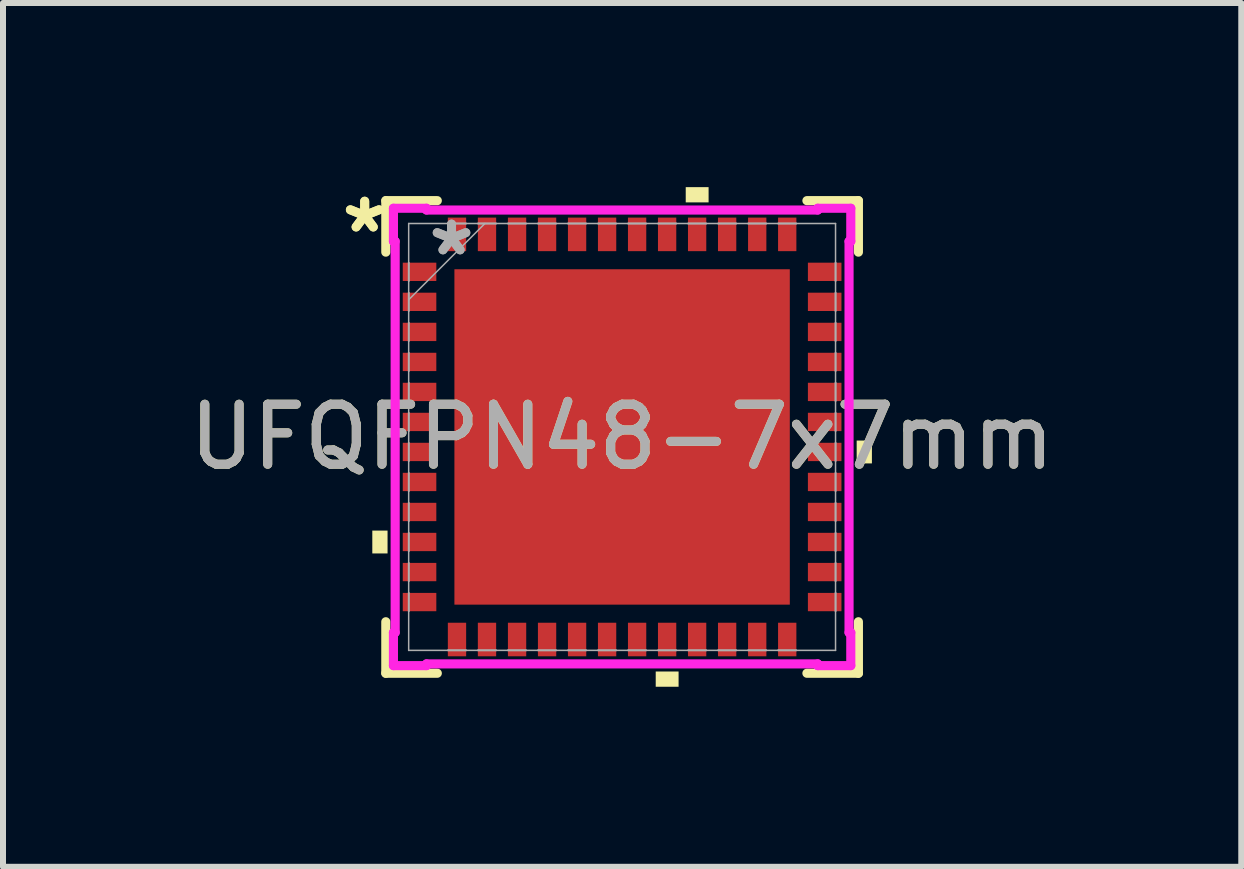
<source format=kicad_pcb>
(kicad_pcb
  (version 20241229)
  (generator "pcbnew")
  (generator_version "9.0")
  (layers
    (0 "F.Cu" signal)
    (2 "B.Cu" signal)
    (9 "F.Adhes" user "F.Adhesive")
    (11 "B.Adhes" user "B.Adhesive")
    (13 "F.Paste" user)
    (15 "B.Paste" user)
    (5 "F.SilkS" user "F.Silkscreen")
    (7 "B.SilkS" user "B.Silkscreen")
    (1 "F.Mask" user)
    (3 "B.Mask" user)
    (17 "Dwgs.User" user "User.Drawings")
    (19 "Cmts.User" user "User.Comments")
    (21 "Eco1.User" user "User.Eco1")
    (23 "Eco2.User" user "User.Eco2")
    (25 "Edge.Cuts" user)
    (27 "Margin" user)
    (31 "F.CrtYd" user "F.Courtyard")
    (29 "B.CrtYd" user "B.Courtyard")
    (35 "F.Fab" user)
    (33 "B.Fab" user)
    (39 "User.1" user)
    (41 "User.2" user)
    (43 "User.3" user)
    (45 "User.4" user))
  (footprint "UFQFPN48-7x7mm"
    (layer "F.Cu")
    (at 7.315 4.23)
    (property "Reference" "UFQFPN48-7x7mm" (at 0 0 0) (unlocked yes) (layer "F.SilkS") (effects (font (size 1 1) (thickness 0.15))))
    (attr smd)
    (fp_poly (pts (xy -3.654 -2.903) (xy -3.654 -2.598) (xy -3.096 -2.598) (xy -3.096 -2.903)) (stroke (width 0) (type solid)) (fill yes) (layer "F.Mask"))
    (fp_poly (pts (xy -3.654 -2.403) (xy -3.654 -2.098) (xy -3.096 -2.098) (xy -3.096 -2.403)) (stroke (width 0) (type solid)) (fill yes) (layer "F.Mask"))
    (fp_poly (pts (xy -3.654 -1.903) (xy -3.654 -1.598) (xy -3.096 -1.598) (xy -3.096 -1.903)) (stroke (width 0) (type solid)) (fill yes) (layer "F.Mask"))
    (fp_poly (pts (xy -3.654 -1.403) (xy -3.654 -1.098) (xy -3.096 -1.098) (xy -3.096 -1.403)) (stroke (width 0) (type solid)) (fill yes) (layer "F.Mask"))
    (fp_poly (pts (xy -3.654 -0.903) (xy -3.654 -0.598) (xy -3.096 -0.598) (xy -3.096 -0.903)) (stroke (width 0) (type solid)) (fill yes) (layer "F.Mask"))
    (fp_poly (pts (xy -3.654 -0.402) (xy -3.654 -0.098) (xy -3.096 -0.098) (xy -3.096 -0.402)) (stroke (width 0) (type solid)) (fill yes) (layer "F.Mask"))
    (fp_poly (pts (xy -3.654 0.098) (xy -3.654 0.402) (xy -3.096 0.402) (xy -3.096 0.098)) (stroke (width 0) (type solid)) (fill yes) (layer "F.Mask"))
    (fp_poly (pts (xy -3.654 0.598) (xy -3.654 0.903) (xy -3.096 0.903) (xy -3.096 0.598)) (stroke (width 0) (type solid)) (fill yes) (layer "F.Mask"))
    (fp_poly (pts (xy -3.654 1.098) (xy -3.654 1.403) (xy -3.096 1.403) (xy -3.096 1.098)) (stroke (width 0) (type solid)) (fill yes) (layer "F.Mask"))
    (fp_poly (pts (xy -3.654 1.598) (xy -3.654 1.903) (xy -3.096 1.903) (xy -3.096 1.598)) (stroke (width 0) (type solid)) (fill yes) (layer "F.Mask"))
    (fp_poly (pts (xy -3.654 2.098) (xy -3.654 2.403) (xy -3.096 2.403) (xy -3.096 2.098)) (stroke (width 0) (type solid)) (fill yes) (layer "F.Mask"))
    (fp_poly (pts (xy -3.654 2.598) (xy -3.654 2.903) (xy -3.096 2.903) (xy -3.096 2.598)) (stroke (width 0) (type solid)) (fill yes) (layer "F.Mask"))
    (fp_poly (pts (xy -2.903 -3.654) (xy -2.903 -3.096) (xy -2.598 -3.096) (xy -2.598 -3.654)) (stroke (width 0) (type solid)) (fill yes) (layer "F.Mask"))
    (fp_poly (pts (xy -2.903 3.096) (xy -2.903 3.654) (xy -2.598 3.654) (xy -2.598 3.096)) (stroke (width 0) (type solid)) (fill yes) (layer "F.Mask"))
    (fp_poly (pts (xy -2.403 -3.654) (xy -2.403 -3.096) (xy -2.098 -3.096) (xy -2.098 -3.654)) (stroke (width 0) (type solid)) (fill yes) (layer "F.Mask"))
    (fp_poly (pts (xy -2.403 3.096) (xy -2.403 3.654) (xy -2.098 3.654) (xy -2.098 3.096)) (stroke (width 0) (type solid)) (fill yes) (layer "F.Mask"))
    (fp_poly (pts (xy -1.903 -3.654) (xy -1.903 -3.096) (xy -1.598 -3.096) (xy -1.598 -3.654)) (stroke (width 0) (type solid)) (fill yes) (layer "F.Mask"))
    (fp_poly (pts (xy -1.903 3.096) (xy -1.903 3.654) (xy -1.598 3.654) (xy -1.598 3.096)) (stroke (width 0) (type solid)) (fill yes) (layer "F.Mask"))
    (fp_poly (pts (xy -1.403 -3.654) (xy -1.403 -3.096) (xy -1.098 -3.096) (xy -1.098 -3.654)) (stroke (width 0) (type solid)) (fill yes) (layer "F.Mask"))
    (fp_poly (pts (xy -1.403 3.096) (xy -1.403 3.654) (xy -1.098 3.654) (xy -1.098 3.096)) (stroke (width 0) (type solid)) (fill yes) (layer "F.Mask"))
    (fp_poly (pts (xy -0.903 -3.654) (xy -0.903 -3.096) (xy -0.598 -3.096) (xy -0.598 -3.654)) (stroke (width 0) (type solid)) (fill yes) (layer "F.Mask"))
    (fp_poly (pts (xy -0.903 3.096) (xy -0.903 3.654) (xy -0.598 3.654) (xy -0.598 3.096)) (stroke (width 0) (type solid)) (fill yes) (layer "F.Mask"))
    (fp_poly (pts (xy -0.402 -3.654) (xy -0.402 -3.096) (xy -0.098 -3.096) (xy -0.098 -3.654)) (stroke (width 0) (type solid)) (fill yes) (layer "F.Mask"))
    (fp_poly (pts (xy -0.402 3.096) (xy -0.402 3.654) (xy -0.098 3.654) (xy -0.098 3.096)) (stroke (width 0) (type solid)) (fill yes) (layer "F.Mask"))
    (fp_poly (pts (xy 0.098 -3.654) (xy 0.098 -3.096) (xy 0.402 -3.096) (xy 0.402 -3.654)) (stroke (width 0) (type solid)) (fill yes) (layer "F.Mask"))
    (fp_poly (pts (xy 0.098 3.096) (xy 0.098 3.654) (xy 0.402 3.654) (xy 0.402 3.096)) (stroke (width 0) (type solid)) (fill yes) (layer "F.Mask"))
    (fp_poly (pts (xy 0.598 -3.654) (xy 0.598 -3.096) (xy 0.903 -3.096) (xy 0.903 -3.654)) (stroke (width 0) (type solid)) (fill yes) (layer "F.Mask"))
    (fp_poly (pts (xy 0.598 3.096) (xy 0.598 3.654) (xy 0.903 3.654) (xy 0.903 3.096)) (stroke (width 0) (type solid)) (fill yes) (layer "F.Mask"))
    (fp_poly (pts (xy 1.098 -3.654) (xy 1.098 -3.096) (xy 1.403 -3.096) (xy 1.403 -3.654)) (stroke (width 0) (type solid)) (fill yes) (layer "F.Mask"))
    (fp_poly (pts (xy 1.098 3.096) (xy 1.098 3.654) (xy 1.403 3.654) (xy 1.403 3.096)) (stroke (width 0) (type solid)) (fill yes) (layer "F.Mask"))
    (fp_poly (pts (xy 1.598 -3.654) (xy 1.598 -3.096) (xy 1.903 -3.096) (xy 1.903 -3.654)) (stroke (width 0) (type solid)) (fill yes) (layer "F.Mask"))
    (fp_poly (pts (xy 1.598 3.096) (xy 1.598 3.654) (xy 1.903 3.654) (xy 1.903 3.096)) (stroke (width 0) (type solid)) (fill yes) (layer "F.Mask"))
    (fp_poly (pts (xy 2.098 -3.654) (xy 2.098 -3.096) (xy 2.403 -3.096) (xy 2.403 -3.654)) (stroke (width 0) (type solid)) (fill yes) (layer "F.Mask"))
    (fp_poly (pts (xy 2.098 3.096) (xy 2.098 3.654) (xy 2.403 3.654) (xy 2.403 3.096)) (stroke (width 0) (type solid)) (fill yes) (layer "F.Mask"))
    (fp_poly (pts (xy 2.598 -3.654) (xy 2.598 -3.096) (xy 2.903 -3.096) (xy 2.903 -3.654)) (stroke (width 0) (type solid)) (fill yes) (layer "F.Mask"))
    (fp_poly (pts (xy 2.598 3.096) (xy 2.598 3.654) (xy 2.903 3.654) (xy 2.903 3.096)) (stroke (width 0) (type solid)) (fill yes) (layer "F.Mask"))
    (fp_poly (pts (xy 3.096 -2.903) (xy 3.096 -2.598) (xy 3.654 -2.598) (xy 3.654 -2.903)) (stroke (width 0) (type solid)) (fill yes) (layer "F.Mask"))
    (fp_poly (pts (xy 3.096 -2.403) (xy 3.096 -2.098) (xy 3.654 -2.098) (xy 3.654 -2.403)) (stroke (width 0) (type solid)) (fill yes) (layer "F.Mask"))
    (fp_poly (pts (xy 3.096 -1.903) (xy 3.096 -1.598) (xy 3.654 -1.598) (xy 3.654 -1.903)) (stroke (width 0) (type solid)) (fill yes) (layer "F.Mask"))
    (fp_poly (pts (xy 3.096 -1.403) (xy 3.096 -1.098) (xy 3.654 -1.098) (xy 3.654 -1.403)) (stroke (width 0) (type solid)) (fill yes) (layer "F.Mask"))
    (fp_poly (pts (xy 3.096 -0.903) (xy 3.096 -0.598) (xy 3.654 -0.598) (xy 3.654 -0.903)) (stroke (width 0) (type solid)) (fill yes) (layer "F.Mask"))
    (fp_poly (pts (xy 3.096 -0.402) (xy 3.096 -0.098) (xy 3.654 -0.098) (xy 3.654 -0.402)) (stroke (width 0) (type solid)) (fill yes) (layer "F.Mask"))
    (fp_poly (pts (xy 3.096 0.098) (xy 3.096 0.402) (xy 3.654 0.402) (xy 3.654 0.098)) (stroke (width 0) (type solid)) (fill yes) (layer "F.Mask"))
    (fp_poly (pts (xy 3.096 0.598) (xy 3.096 0.903) (xy 3.654 0.903) (xy 3.654 0.598)) (stroke (width 0) (type solid)) (fill yes) (layer "F.Mask"))
    (fp_poly (pts (xy 3.096 1.098) (xy 3.096 1.403) (xy 3.654 1.403) (xy 3.654 1.098)) (stroke (width 0) (type solid)) (fill yes) (layer "F.Mask"))
    (fp_poly (pts (xy 3.096 1.598) (xy 3.096 1.903) (xy 3.654 1.903) (xy 3.654 1.598)) (stroke (width 0) (type solid)) (fill yes) (layer "F.Mask"))
    (fp_poly (pts (xy 3.096 2.098) (xy 3.096 2.403) (xy 3.654 2.403) (xy 3.654 2.098)) (stroke (width 0) (type solid)) (fill yes) (layer "F.Mask"))
    (fp_poly (pts (xy 3.096 2.598) (xy 3.096 2.903) (xy 3.654 2.903) (xy 3.654 2.598)) (stroke (width 0) (type solid)) (fill yes) (layer "F.Mask"))
    (fp_line (start -3.937 -3.937) (end -3.937 -3.079) (stroke (width 0.152) (type solid)) (layer "F.SilkS"))
    (fp_line (start -3.937 3.079) (end -3.937 3.937) (stroke (width 0.152) (type solid)) (layer "F.SilkS"))
    (fp_line (start -3.937 3.937) (end -3.079 3.937) (stroke (width 0.152) (type solid)) (layer "F.SilkS"))
    (fp_line (start -3.079 -3.937) (end -3.937 -3.937) (stroke (width 0.152) (type solid)) (layer "F.SilkS"))
    (fp_line (start 3.079 3.937) (end 3.937 3.937) (stroke (width 0.152) (type solid)) (layer "F.SilkS"))
    (fp_line (start 3.937 -3.937) (end 3.079 -3.937) (stroke (width 0.152) (type solid)) (layer "F.SilkS"))
    (fp_line (start 3.937 -3.079) (end 3.937 -3.937) (stroke (width 0.152) (type solid)) (layer "F.SilkS"))
    (fp_line (start 3.937 3.937) (end 3.937 3.079) (stroke (width 0.152) (type solid)) (layer "F.SilkS"))
    (fp_poly (pts (xy -4.162 1.56) (xy -4.162 1.941) (xy -3.908 1.941) (xy -3.908 1.56)) (stroke (width 0) (type solid)) (fill yes) (layer "F.SilkS"))
    (fp_poly (pts (xy 0.56 3.908) (xy 0.56 4.162) (xy 0.941 4.162) (xy 0.941 3.908)) (stroke (width 0) (type solid)) (fill yes) (layer "F.SilkS"))
    (fp_poly (pts (xy 1.06 -3.908) (xy 1.06 -4.162) (xy 1.441 -4.162) (xy 1.441 -3.908)) (stroke (width 0) (type solid)) (fill yes) (layer "F.SilkS"))
    (fp_poly (pts (xy 4.162 0.06) (xy 4.162 0.441) (xy 3.908 0.441) (xy 3.908 0.06)) (stroke (width 0) (type solid)) (fill yes) (layer "F.SilkS"))
    (fp_poly (pts (xy -3.654 -2.903) (xy -3.654 -2.598) (xy -3.096 -2.598) (xy -3.096 -2.903)) (stroke (width 0) (type solid)) (fill yes) (layer "F.Paste"))
    (fp_poly (pts (xy -3.654 -2.403) (xy -3.654 -2.098) (xy -3.096 -2.098) (xy -3.096 -2.403)) (stroke (width 0) (type solid)) (fill yes) (layer "F.Paste"))
    (fp_poly (pts (xy -3.654 -1.903) (xy -3.654 -1.598) (xy -3.096 -1.598) (xy -3.096 -1.903)) (stroke (width 0) (type solid)) (fill yes) (layer "F.Paste"))
    (fp_poly (pts (xy -3.654 -1.403) (xy -3.654 -1.098) (xy -3.096 -1.098) (xy -3.096 -1.403)) (stroke (width 0) (type solid)) (fill yes) (layer "F.Paste"))
    (fp_poly (pts (xy -3.654 -0.903) (xy -3.654 -0.598) (xy -3.096 -0.598) (xy -3.096 -0.903)) (stroke (width 0) (type solid)) (fill yes) (layer "F.Paste"))
    (fp_poly (pts (xy -3.654 -0.402) (xy -3.654 -0.098) (xy -3.096 -0.098) (xy -3.096 -0.402)) (stroke (width 0) (type solid)) (fill yes) (layer "F.Paste"))
    (fp_poly (pts (xy -3.654 0.098) (xy -3.654 0.402) (xy -3.096 0.402) (xy -3.096 0.098)) (stroke (width 0) (type solid)) (fill yes) (layer "F.Paste"))
    (fp_poly (pts (xy -3.654 0.598) (xy -3.654 0.903) (xy -3.096 0.903) (xy -3.096 0.598)) (stroke (width 0) (type solid)) (fill yes) (layer "F.Paste"))
    (fp_poly (pts (xy -3.654 1.098) (xy -3.654 1.403) (xy -3.096 1.403) (xy -3.096 1.098)) (stroke (width 0) (type solid)) (fill yes) (layer "F.Paste"))
    (fp_poly (pts (xy -3.654 1.598) (xy -3.654 1.903) (xy -3.096 1.903) (xy -3.096 1.598)) (stroke (width 0) (type solid)) (fill yes) (layer "F.Paste"))
    (fp_poly (pts (xy -3.654 2.098) (xy -3.654 2.403) (xy -3.096 2.403) (xy -3.096 2.098)) (stroke (width 0) (type solid)) (fill yes) (layer "F.Paste"))
    (fp_poly (pts (xy -3.654 2.598) (xy -3.654 2.903) (xy -3.096 2.903) (xy -3.096 2.598)) (stroke (width 0) (type solid)) (fill yes) (layer "F.Paste"))
    (fp_poly (pts (xy -2.903 -3.654) (xy -2.903 -3.096) (xy -2.598 -3.096) (xy -2.598 -3.654)) (stroke (width 0) (type solid)) (fill yes) (layer "F.Paste"))
    (fp_poly (pts (xy -2.903 3.096) (xy -2.903 3.654) (xy -2.598 3.654) (xy -2.598 3.096)) (stroke (width 0) (type solid)) (fill yes) (layer "F.Paste"))
    (fp_poly (pts (xy -2.694 -2.694) (xy -2.694 -1.497) (xy -1.497 -1.497) (xy -1.497 -2.694)) (stroke (width 0) (type solid)) (fill yes) (layer "F.Paste"))
    (fp_poly (pts (xy -2.694 -1.297) (xy -2.694 -0.1) (xy -1.497 -0.1) (xy -1.497 -1.297)) (stroke (width 0) (type solid)) (fill yes) (layer "F.Paste"))
    (fp_poly (pts (xy -2.694 0.1) (xy -2.694 1.297) (xy -1.497 1.297) (xy -1.497 0.1)) (stroke (width 0) (type solid)) (fill yes) (layer "F.Paste"))
    (fp_poly (pts (xy -2.694 1.497) (xy -2.694 2.694) (xy -1.497 2.694) (xy -1.497 1.497)) (stroke (width 0) (type solid)) (fill yes) (layer "F.Paste"))
    (fp_poly (pts (xy -2.403 -3.654) (xy -2.403 -3.096) (xy -2.098 -3.096) (xy -2.098 -3.654)) (stroke (width 0) (type solid)) (fill yes) (layer "F.Paste"))
    (fp_poly (pts (xy -2.403 3.096) (xy -2.403 3.654) (xy -2.098 3.654) (xy -2.098 3.096)) (stroke (width 0) (type solid)) (fill yes) (layer "F.Paste"))
    (fp_poly (pts (xy -1.903 -3.654) (xy -1.903 -3.096) (xy -1.598 -3.096) (xy -1.598 -3.654)) (stroke (width 0) (type solid)) (fill yes) (layer "F.Paste"))
    (fp_poly (pts (xy -1.903 3.096) (xy -1.903 3.654) (xy -1.598 3.654) (xy -1.598 3.096)) (stroke (width 0) (type solid)) (fill yes) (layer "F.Paste"))
    (fp_poly (pts (xy -1.403 -3.654) (xy -1.403 -3.096) (xy -1.098 -3.096) (xy -1.098 -3.654)) (stroke (width 0) (type solid)) (fill yes) (layer "F.Paste"))
    (fp_poly (pts (xy -1.403 3.096) (xy -1.403 3.654) (xy -1.098 3.654) (xy -1.098 3.096)) (stroke (width 0) (type solid)) (fill yes) (layer "F.Paste"))
    (fp_poly (pts (xy -1.297 -2.694) (xy -1.297 -1.497) (xy -0.1 -1.497) (xy -0.1 -2.694)) (stroke (width 0) (type solid)) (fill yes) (layer "F.Paste"))
    (fp_poly (pts (xy -1.297 -1.297) (xy -1.297 -0.1) (xy -0.1 -0.1) (xy -0.1 -1.297)) (stroke (width 0) (type solid)) (fill yes) (layer "F.Paste"))
    (fp_poly (pts (xy -1.297 0.1) (xy -1.297 1.297) (xy -0.1 1.297) (xy -0.1 0.1)) (stroke (width 0) (type solid)) (fill yes) (layer "F.Paste"))
    (fp_poly (pts (xy -1.297 1.497) (xy -1.297 2.694) (xy -0.1 2.694) (xy -0.1 1.497)) (stroke (width 0) (type solid)) (fill yes) (layer "F.Paste"))
    (fp_poly (pts (xy -0.903 -3.654) (xy -0.903 -3.096) (xy -0.598 -3.096) (xy -0.598 -3.654)) (stroke (width 0) (type solid)) (fill yes) (layer "F.Paste"))
    (fp_poly (pts (xy -0.903 3.096) (xy -0.903 3.654) (xy -0.598 3.654) (xy -0.598 3.096)) (stroke (width 0) (type solid)) (fill yes) (layer "F.Paste"))
    (fp_poly (pts (xy -0.402 -3.654) (xy -0.402 -3.096) (xy -0.098 -3.096) (xy -0.098 -3.654)) (stroke (width 0) (type solid)) (fill yes) (layer "F.Paste"))
    (fp_poly (pts (xy -0.402 3.096) (xy -0.402 3.654) (xy -0.098 3.654) (xy -0.098 3.096)) (stroke (width 0) (type solid)) (fill yes) (layer "F.Paste"))
    (fp_poly (pts (xy 0.098 -3.654) (xy 0.098 -3.096) (xy 0.402 -3.096) (xy 0.402 -3.654)) (stroke (width 0) (type solid)) (fill yes) (layer "F.Paste"))
    (fp_poly (pts (xy 0.098 3.096) (xy 0.098 3.654) (xy 0.402 3.654) (xy 0.402 3.096)) (stroke (width 0) (type solid)) (fill yes) (layer "F.Paste"))
    (fp_poly (pts (xy 0.1 -2.694) (xy 0.1 -1.497) (xy 1.297 -1.497) (xy 1.297 -2.694)) (stroke (width 0) (type solid)) (fill yes) (layer "F.Paste"))
    (fp_poly (pts (xy 0.1 -1.297) (xy 0.1 -0.1) (xy 1.297 -0.1) (xy 1.297 -1.297)) (stroke (width 0) (type solid)) (fill yes) (layer "F.Paste"))
    (fp_poly (pts (xy 0.1 0.1) (xy 0.1 1.297) (xy 1.297 1.297) (xy 1.297 0.1)) (stroke (width 0) (type solid)) (fill yes) (layer "F.Paste"))
    (fp_poly (pts (xy 0.1 1.497) (xy 0.1 2.694) (xy 1.297 2.694) (xy 1.297 1.497)) (stroke (width 0) (type solid)) (fill yes) (layer "F.Paste"))
    (fp_poly (pts (xy 0.598 -3.654) (xy 0.598 -3.096) (xy 0.903 -3.096) (xy 0.903 -3.654)) (stroke (width 0) (type solid)) (fill yes) (layer "F.Paste"))
    (fp_poly (pts (xy 0.598 3.096) (xy 0.598 3.654) (xy 0.903 3.654) (xy 0.903 3.096)) (stroke (width 0) (type solid)) (fill yes) (layer "F.Paste"))
    (fp_poly (pts (xy 1.098 -3.654) (xy 1.098 -3.096) (xy 1.403 -3.096) (xy 1.403 -3.654)) (stroke (width 0) (type solid)) (fill yes) (layer "F.Paste"))
    (fp_poly (pts (xy 1.098 3.096) (xy 1.098 3.654) (xy 1.403 3.654) (xy 1.403 3.096)) (stroke (width 0) (type solid)) (fill yes) (layer "F.Paste"))
    (fp_poly (pts (xy 1.497 -2.694) (xy 1.497 -1.497) (xy 2.694 -1.497) (xy 2.694 -2.694)) (stroke (width 0) (type solid)) (fill yes) (layer "F.Paste"))
    (fp_poly (pts (xy 1.497 -1.297) (xy 1.497 -0.1) (xy 2.694 -0.1) (xy 2.694 -1.297)) (stroke (width 0) (type solid)) (fill yes) (layer "F.Paste"))
    (fp_poly (pts (xy 1.497 0.1) (xy 1.497 1.297) (xy 2.694 1.297) (xy 2.694 0.1)) (stroke (width 0) (type solid)) (fill yes) (layer "F.Paste"))
    (fp_poly (pts (xy 1.497 1.497) (xy 1.497 2.694) (xy 2.694 2.694) (xy 2.694 1.497)) (stroke (width 0) (type solid)) (fill yes) (layer "F.Paste"))
    (fp_poly (pts (xy 1.598 -3.654) (xy 1.598 -3.096) (xy 1.903 -3.096) (xy 1.903 -3.654)) (stroke (width 0) (type solid)) (fill yes) (layer "F.Paste"))
    (fp_poly (pts (xy 1.598 3.096) (xy 1.598 3.654) (xy 1.903 3.654) (xy 1.903 3.096)) (stroke (width 0) (type solid)) (fill yes) (layer "F.Paste"))
    (fp_poly (pts (xy 2.098 -3.654) (xy 2.098 -3.096) (xy 2.403 -3.096) (xy 2.403 -3.654)) (stroke (width 0) (type solid)) (fill yes) (layer "F.Paste"))
    (fp_poly (pts (xy 2.098 3.096) (xy 2.098 3.654) (xy 2.403 3.654) (xy 2.403 3.096)) (stroke (width 0) (type solid)) (fill yes) (layer "F.Paste"))
    (fp_poly (pts (xy 2.598 -3.654) (xy 2.598 -3.096) (xy 2.903 -3.096) (xy 2.903 -3.654)) (stroke (width 0) (type solid)) (fill yes) (layer "F.Paste"))
    (fp_poly (pts (xy 2.598 3.096) (xy 2.598 3.654) (xy 2.903 3.654) (xy 2.903 3.096)) (stroke (width 0) (type solid)) (fill yes) (layer "F.Paste"))
    (fp_poly (pts (xy 3.096 -2.903) (xy 3.096 -2.598) (xy 3.654 -2.598) (xy 3.654 -2.903)) (stroke (width 0) (type solid)) (fill yes) (layer "F.Paste"))
    (fp_poly (pts (xy 3.096 -2.403) (xy 3.096 -2.098) (xy 3.654 -2.098) (xy 3.654 -2.403)) (stroke (width 0) (type solid)) (fill yes) (layer "F.Paste"))
    (fp_poly (pts (xy 3.096 -1.903) (xy 3.096 -1.598) (xy 3.654 -1.598) (xy 3.654 -1.903)) (stroke (width 0) (type solid)) (fill yes) (layer "F.Paste"))
    (fp_poly (pts (xy 3.096 -1.403) (xy 3.096 -1.098) (xy 3.654 -1.098) (xy 3.654 -1.403)) (stroke (width 0) (type solid)) (fill yes) (layer "F.Paste"))
    (fp_poly (pts (xy 3.096 -0.903) (xy 3.096 -0.598) (xy 3.654 -0.598) (xy 3.654 -0.903)) (stroke (width 0) (type solid)) (fill yes) (layer "F.Paste"))
    (fp_poly (pts (xy 3.096 -0.402) (xy 3.096 -0.098) (xy 3.654 -0.098) (xy 3.654 -0.402)) (stroke (width 0) (type solid)) (fill yes) (layer "F.Paste"))
    (fp_poly (pts (xy 3.096 0.098) (xy 3.096 0.402) (xy 3.654 0.402) (xy 3.654 0.098)) (stroke (width 0) (type solid)) (fill yes) (layer "F.Paste"))
    (fp_poly (pts (xy 3.096 0.598) (xy 3.096 0.903) (xy 3.654 0.903) (xy 3.654 0.598)) (stroke (width 0) (type solid)) (fill yes) (layer "F.Paste"))
    (fp_poly (pts (xy 3.096 1.098) (xy 3.096 1.403) (xy 3.654 1.403) (xy 3.654 1.098)) (stroke (width 0) (type solid)) (fill yes) (layer "F.Paste"))
    (fp_poly (pts (xy 3.096 1.598) (xy 3.096 1.903) (xy 3.654 1.903) (xy 3.654 1.598)) (stroke (width 0) (type solid)) (fill yes) (layer "F.Paste"))
    (fp_poly (pts (xy 3.096 2.098) (xy 3.096 2.403) (xy 3.654 2.403) (xy 3.654 2.098)) (stroke (width 0) (type solid)) (fill yes) (layer "F.Paste"))
    (fp_poly (pts (xy 3.096 2.598) (xy 3.096 2.903) (xy 3.654 2.903) (xy 3.654 2.598)) (stroke (width 0) (type solid)) (fill yes) (layer "F.Paste"))
    (fp_line (start -3.81 -3.81) (end -3.259 -3.81) (stroke (width 0.152) (type solid)) (layer "F.CrtYd"))
    (fp_line (start -3.81 -3.259) (end -3.81 -3.81) (stroke (width 0.152) (type solid)) (layer "F.CrtYd"))
    (fp_line (start -3.81 3.259) (end -3.781 3.259) (stroke (width 0.152) (type solid)) (layer "F.CrtYd"))
    (fp_line (start -3.81 3.81) (end -3.81 3.259) (stroke (width 0.152) (type solid)) (layer "F.CrtYd"))
    (fp_line (start -3.781 -3.259) (end -3.81 -3.259) (stroke (width 0.152) (type solid)) (layer "F.CrtYd"))
    (fp_line (start -3.781 3.259) (end -3.781 -3.259) (stroke (width 0.152) (type solid)) (layer "F.CrtYd"))
    (fp_line (start -3.259 -3.81) (end -3.259 -3.781) (stroke (width 0.152) (type solid)) (layer "F.CrtYd"))
    (fp_line (start -3.259 -3.781) (end 3.259 -3.781) (stroke (width 0.152) (type solid)) (layer "F.CrtYd"))
    (fp_line (start -3.259 3.781) (end -3.259 3.81) (stroke (width 0.152) (type solid)) (layer "F.CrtYd"))
    (fp_line (start -3.259 3.81) (end -3.81 3.81) (stroke (width 0.152) (type solid)) (layer "F.CrtYd"))
    (fp_line (start 3.259 -3.81) (end 3.81 -3.81) (stroke (width 0.152) (type solid)) (layer "F.CrtYd"))
    (fp_line (start 3.259 -3.781) (end 3.259 -3.81) (stroke (width 0.152) (type solid)) (layer "F.CrtYd"))
    (fp_line (start 3.259 3.781) (end -3.259 3.781) (stroke (width 0.152) (type solid)) (layer "F.CrtYd"))
    (fp_line (start 3.259 3.81) (end 3.259 3.781) (stroke (width 0.152) (type solid)) (layer "F.CrtYd"))
    (fp_line (start 3.781 -3.259) (end 3.781 3.259) (stroke (width 0.152) (type solid)) (layer "F.CrtYd"))
    (fp_line (start 3.781 3.259) (end 3.81 3.259) (stroke (width 0.152) (type solid)) (layer "F.CrtYd"))
    (fp_line (start 3.81 -3.81) (end 3.81 -3.259) (stroke (width 0.152) (type solid)) (layer "F.CrtYd"))
    (fp_line (start 3.81 -3.259) (end 3.781 -3.259) (stroke (width 0.152) (type solid)) (layer "F.CrtYd"))
    (fp_line (start 3.81 3.259) (end 3.81 3.81) (stroke (width 0.152) (type solid)) (layer "F.CrtYd"))
    (fp_line (start 3.81 3.81) (end 3.259 3.81) (stroke (width 0.152) (type solid)) (layer "F.CrtYd"))
    (fp_line (start -3.556 -3.556) (end -3.556 3.556) (stroke (width 0.025) (type solid)) (layer "F.Fab"))
    (fp_line (start -3.556 -2.903) (end -3.556 -2.903) (stroke (width 0.025) (type solid)) (layer "F.Fab"))
    (fp_line (start -3.556 -2.903) (end -3.556 -2.598) (stroke (width 0.025) (type solid)) (layer "F.Fab"))
    (fp_line (start -3.556 -2.598) (end -3.556 -2.903) (stroke (width 0.025) (type solid)) (layer "F.Fab"))
    (fp_line (start -3.556 -2.598) (end -3.556 -2.598) (stroke (width 0.025) (type solid)) (layer "F.Fab"))
    (fp_line (start -3.556 -2.403) (end -3.556 -2.403) (stroke (width 0.025) (type solid)) (layer "F.Fab"))
    (fp_line (start -3.556 -2.403) (end -3.556 -2.098) (stroke (width 0.025) (type solid)) (layer "F.Fab"))
    (fp_line (start -3.556 -2.286) (end -2.286 -3.556) (stroke (width 0.025) (type solid)) (layer "F.Fab"))
    (fp_line (start -3.556 -2.098) (end -3.556 -2.403) (stroke (width 0.025) (type solid)) (layer "F.Fab"))
    (fp_line (start -3.556 -2.098) (end -3.556 -2.098) (stroke (width 0.025) (type solid)) (layer "F.Fab"))
    (fp_line (start -3.556 -1.903) (end -3.556 -1.903) (stroke (width 0.025) (type solid)) (layer "F.Fab"))
    (fp_line (start -3.556 -1.903) (end -3.556 -1.598) (stroke (width 0.025) (type solid)) (layer "F.Fab"))
    (fp_line (start -3.556 -1.598) (end -3.556 -1.903) (stroke (width 0.025) (type solid)) (layer "F.Fab"))
    (fp_line (start -3.556 -1.598) (end -3.556 -1.598) (stroke (width 0.025) (type solid)) (layer "F.Fab"))
    (fp_line (start -3.556 -1.403) (end -3.556 -1.403) (stroke (width 0.025) (type solid)) (layer "F.Fab"))
    (fp_line (start -3.556 -1.403) (end -3.556 -1.098) (stroke (width 0.025) (type solid)) (layer "F.Fab"))
    (fp_line (start -3.556 -1.098) (end -3.556 -1.403) (stroke (width 0.025) (type solid)) (layer "F.Fab"))
    (fp_line (start -3.556 -1.098) (end -3.556 -1.098) (stroke (width 0.025) (type solid)) (layer "F.Fab"))
    (fp_line (start -3.556 -0.903) (end -3.556 -0.903) (stroke (width 0.025) (type solid)) (layer "F.Fab"))
    (fp_line (start -3.556 -0.903) (end -3.556 -0.598) (stroke (width 0.025) (type solid)) (layer "F.Fab"))
    (fp_line (start -3.556 -0.598) (end -3.556 -0.903) (stroke (width 0.025) (type solid)) (layer "F.Fab"))
    (fp_line (start -3.556 -0.598) (end -3.556 -0.598) (stroke (width 0.025) (type solid)) (layer "F.Fab"))
    (fp_line (start -3.556 -0.402) (end -3.556 -0.402) (stroke (width 0.025) (type solid)) (layer "F.Fab"))
    (fp_line (start -3.556 -0.402) (end -3.556 -0.098) (stroke (width 0.025) (type solid)) (layer "F.Fab"))
    (fp_line (start -3.556 -0.098) (end -3.556 -0.402) (stroke (width 0.025) (type solid)) (layer "F.Fab"))
    (fp_line (start -3.556 -0.098) (end -3.556 -0.098) (stroke (width 0.025) (type solid)) (layer "F.Fab"))
    (fp_line (start -3.556 0.098) (end -3.556 0.098) (stroke (width 0.025) (type solid)) (layer "F.Fab"))
    (fp_line (start -3.556 0.098) (end -3.556 0.402) (stroke (width 0.025) (type solid)) (layer "F.Fab"))
    (fp_line (start -3.556 0.402) (end -3.556 0.098) (stroke (width 0.025) (type solid)) (layer "F.Fab"))
    (fp_line (start -3.556 0.402) (end -3.556 0.402) (stroke (width 0.025) (type solid)) (layer "F.Fab"))
    (fp_line (start -3.556 0.598) (end -3.556 0.598) (stroke (width 0.025) (type solid)) (layer "F.Fab"))
    (fp_line (start -3.556 0.598) (end -3.556 0.903) (stroke (width 0.025) (type solid)) (layer "F.Fab"))
    (fp_line (start -3.556 0.903) (end -3.556 0.598) (stroke (width 0.025) (type solid)) (layer "F.Fab"))
    (fp_line (start -3.556 0.903) (end -3.556 0.903) (stroke (width 0.025) (type solid)) (layer "F.Fab"))
    (fp_line (start -3.556 1.098) (end -3.556 1.098) (stroke (width 0.025) (type solid)) (layer "F.Fab"))
    (fp_line (start -3.556 1.098) (end -3.556 1.403) (stroke (width 0.025) (type solid)) (layer "F.Fab"))
    (fp_line (start -3.556 1.403) (end -3.556 1.098) (stroke (width 0.025) (type solid)) (layer "F.Fab"))
    (fp_line (start -3.556 1.403) (end -3.556 1.403) (stroke (width 0.025) (type solid)) (layer "F.Fab"))
    (fp_line (start -3.556 1.598) (end -3.556 1.598) (stroke (width 0.025) (type solid)) (layer "F.Fab"))
    (fp_line (start -3.556 1.598) (end -3.556 1.903) (stroke (width 0.025) (type solid)) (layer "F.Fab"))
    (fp_line (start -3.556 1.903) (end -3.556 1.598) (stroke (width 0.025) (type solid)) (layer "F.Fab"))
    (fp_line (start -3.556 1.903) (end -3.556 1.903) (stroke (width 0.025) (type solid)) (layer "F.Fab"))
    (fp_line (start -3.556 2.098) (end -3.556 2.098) (stroke (width 0.025) (type solid)) (layer "F.Fab"))
    (fp_line (start -3.556 2.098) (end -3.556 2.403) (stroke (width 0.025) (type solid)) (layer "F.Fab"))
    (fp_line (start -3.556 2.403) (end -3.556 2.098) (stroke (width 0.025) (type solid)) (layer "F.Fab"))
    (fp_line (start -3.556 2.403) (end -3.556 2.403) (stroke (width 0.025) (type solid)) (layer "F.Fab"))
    (fp_line (start -3.556 2.598) (end -3.556 2.598) (stroke (width 0.025) (type solid)) (layer "F.Fab"))
    (fp_line (start -3.556 2.598) (end -3.556 2.903) (stroke (width 0.025) (type solid)) (layer "F.Fab"))
    (fp_line (start -3.556 2.903) (end -3.556 2.598) (stroke (width 0.025) (type solid)) (layer "F.Fab"))
    (fp_line (start -3.556 2.903) (end -3.556 2.903) (stroke (width 0.025) (type solid)) (layer "F.Fab"))
    (fp_line (start -3.556 3.556) (end 3.556 3.556) (stroke (width 0.025) (type solid)) (layer "F.Fab"))
    (fp_line (start -2.903 -3.556) (end -2.903 -3.556) (stroke (width 0.025) (type solid)) (layer "F.Fab"))
    (fp_line (start -2.903 -3.556) (end -2.598 -3.556) (stroke (width 0.025) (type solid)) (layer "F.Fab"))
    (fp_line (start -2.903 3.556) (end -2.903 3.556) (stroke (width 0.025) (type solid)) (layer "F.Fab"))
    (fp_line (start -2.903 3.556) (end -2.598 3.556) (stroke (width 0.025) (type solid)) (layer "F.Fab"))
    (fp_line (start -2.598 -3.556) (end -2.903 -3.556) (stroke (width 0.025) (type solid)) (layer "F.Fab"))
    (fp_line (start -2.598 -3.556) (end -2.598 -3.556) (stroke (width 0.025) (type solid)) (layer "F.Fab"))
    (fp_line (start -2.598 3.556) (end -2.903 3.556) (stroke (width 0.025) (type solid)) (layer "F.Fab"))
    (fp_line (start -2.598 3.556) (end -2.598 3.556) (stroke (width 0.025) (type solid)) (layer "F.Fab"))
    (fp_line (start -2.403 -3.556) (end -2.403 -3.556) (stroke (width 0.025) (type solid)) (layer "F.Fab"))
    (fp_line (start -2.403 -3.556) (end -2.098 -3.556) (stroke (width 0.025) (type solid)) (layer "F.Fab"))
    (fp_line (start -2.403 3.556) (end -2.403 3.556) (stroke (width 0.025) (type solid)) (layer "F.Fab"))
    (fp_line (start -2.403 3.556) (end -2.098 3.556) (stroke (width 0.025) (type solid)) (layer "F.Fab"))
    (fp_line (start -2.098 -3.556) (end -2.403 -3.556) (stroke (width 0.025) (type solid)) (layer "F.Fab"))
    (fp_line (start -2.098 -3.556) (end -2.098 -3.556) (stroke (width 0.025) (type solid)) (layer "F.Fab"))
    (fp_line (start -2.098 3.556) (end -2.403 3.556) (stroke (width 0.025) (type solid)) (layer "F.Fab"))
    (fp_line (start -2.098 3.556) (end -2.098 3.556) (stroke (width 0.025) (type solid)) (layer "F.Fab"))
    (fp_line (start -1.903 -3.556) (end -1.903 -3.556) (stroke (width 0.025) (type solid)) (layer "F.Fab"))
    (fp_line (start -1.903 -3.556) (end -1.598 -3.556) (stroke (width 0.025) (type solid)) (layer "F.Fab"))
    (fp_line (start -1.903 3.556) (end -1.903 3.556) (stroke (width 0.025) (type solid)) (layer "F.Fab"))
    (fp_line (start -1.903 3.556) (end -1.598 3.556) (stroke (width 0.025) (type solid)) (layer "F.Fab"))
    (fp_line (start -1.598 -3.556) (end -1.903 -3.556) (stroke (width 0.025) (type solid)) (layer "F.Fab"))
    (fp_line (start -1.598 -3.556) (end -1.598 -3.556) (stroke (width 0.025) (type solid)) (layer "F.Fab"))
    (fp_line (start -1.598 3.556) (end -1.903 3.556) (stroke (width 0.025) (type solid)) (layer "F.Fab"))
    (fp_line (start -1.598 3.556) (end -1.598 3.556) (stroke (width 0.025) (type solid)) (layer "F.Fab"))
    (fp_line (start -1.403 -3.556) (end -1.403 -3.556) (stroke (width 0.025) (type solid)) (layer "F.Fab"))
    (fp_line (start -1.403 -3.556) (end -1.098 -3.556) (stroke (width 0.025) (type solid)) (layer "F.Fab"))
    (fp_line (start -1.403 3.556) (end -1.403 3.556) (stroke (width 0.025) (type solid)) (layer "F.Fab"))
    (fp_line (start -1.403 3.556) (end -1.098 3.556) (stroke (width 0.025) (type solid)) (layer "F.Fab"))
    (fp_line (start -1.098 -3.556) (end -1.403 -3.556) (stroke (width 0.025) (type solid)) (layer "F.Fab"))
    (fp_line (start -1.098 -3.556) (end -1.098 -3.556) (stroke (width 0.025) (type solid)) (layer "F.Fab"))
    (fp_line (start -1.098 3.556) (end -1.403 3.556) (stroke (width 0.025) (type solid)) (layer "F.Fab"))
    (fp_line (start -1.098 3.556) (end -1.098 3.556) (stroke (width 0.025) (type solid)) (layer "F.Fab"))
    (fp_line (start -0.903 -3.556) (end -0.903 -3.556) (stroke (width 0.025) (type solid)) (layer "F.Fab"))
    (fp_line (start -0.903 -3.556) (end -0.598 -3.556) (stroke (width 0.025) (type solid)) (layer "F.Fab"))
    (fp_line (start -0.903 3.556) (end -0.903 3.556) (stroke (width 0.025) (type solid)) (layer "F.Fab"))
    (fp_line (start -0.903 3.556) (end -0.598 3.556) (stroke (width 0.025) (type solid)) (layer "F.Fab"))
    (fp_line (start -0.598 -3.556) (end -0.903 -3.556) (stroke (width 0.025) (type solid)) (layer "F.Fab"))
    (fp_line (start -0.598 -3.556) (end -0.598 -3.556) (stroke (width 0.025) (type solid)) (layer "F.Fab"))
    (fp_line (start -0.598 3.556) (end -0.903 3.556) (stroke (width 0.025) (type solid)) (layer "F.Fab"))
    (fp_line (start -0.598 3.556) (end -0.598 3.556) (stroke (width 0.025) (type solid)) (layer "F.Fab"))
    (fp_line (start -0.402 -3.556) (end -0.402 -3.556) (stroke (width 0.025) (type solid)) (layer "F.Fab"))
    (fp_line (start -0.402 -3.556) (end -0.098 -3.556) (stroke (width 0.025) (type solid)) (layer "F.Fab"))
    (fp_line (start -0.402 3.556) (end -0.402 3.556) (stroke (width 0.025) (type solid)) (layer "F.Fab"))
    (fp_line (start -0.402 3.556) (end -0.098 3.556) (stroke (width 0.025) (type solid)) (layer "F.Fab"))
    (fp_line (start -0.098 -3.556) (end -0.402 -3.556) (stroke (width 0.025) (type solid)) (layer "F.Fab"))
    (fp_line (start -0.098 -3.556) (end -0.098 -3.556) (stroke (width 0.025) (type solid)) (layer "F.Fab"))
    (fp_line (start -0.098 3.556) (end -0.402 3.556) (stroke (width 0.025) (type solid)) (layer "F.Fab"))
    (fp_line (start -0.098 3.556) (end -0.098 3.556) (stroke (width 0.025) (type solid)) (layer "F.Fab"))
    (fp_line (start 0.098 -3.556) (end 0.098 -3.556) (stroke (width 0.025) (type solid)) (layer "F.Fab"))
    (fp_line (start 0.098 -3.556) (end 0.402 -3.556) (stroke (width 0.025) (type solid)) (layer "F.Fab"))
    (fp_line (start 0.098 3.556) (end 0.098 3.556) (stroke (width 0.025) (type solid)) (layer "F.Fab"))
    (fp_line (start 0.098 3.556) (end 0.402 3.556) (stroke (width 0.025) (type solid)) (layer "F.Fab"))
    (fp_line (start 0.402 -3.556) (end 0.098 -3.556) (stroke (width 0.025) (type solid)) (layer "F.Fab"))
    (fp_line (start 0.402 -3.556) (end 0.402 -3.556) (stroke (width 0.025) (type solid)) (layer "F.Fab"))
    (fp_line (start 0.402 3.556) (end 0.098 3.556) (stroke (width 0.025) (type solid)) (layer "F.Fab"))
    (fp_line (start 0.402 3.556) (end 0.402 3.556) (stroke (width 0.025) (type solid)) (layer "F.Fab"))
    (fp_line (start 0.598 -3.556) (end 0.598 -3.556) (stroke (width 0.025) (type solid)) (layer "F.Fab"))
    (fp_line (start 0.598 -3.556) (end 0.903 -3.556) (stroke (width 0.025) (type solid)) (layer "F.Fab"))
    (fp_line (start 0.598 3.556) (end 0.598 3.556) (stroke (width 0.025) (type solid)) (layer "F.Fab"))
    (fp_line (start 0.598 3.556) (end 0.903 3.556) (stroke (width 0.025) (type solid)) (layer "F.Fab"))
    (fp_line (start 0.903 -3.556) (end 0.598 -3.556) (stroke (width 0.025) (type solid)) (layer "F.Fab"))
    (fp_line (start 0.903 -3.556) (end 0.903 -3.556) (stroke (width 0.025) (type solid)) (layer "F.Fab"))
    (fp_line (start 0.903 3.556) (end 0.598 3.556) (stroke (width 0.025) (type solid)) (layer "F.Fab"))
    (fp_line (start 0.903 3.556) (end 0.903 3.556) (stroke (width 0.025) (type solid)) (layer "F.Fab"))
    (fp_line (start 1.098 -3.556) (end 1.098 -3.556) (stroke (width 0.025) (type solid)) (layer "F.Fab"))
    (fp_line (start 1.098 -3.556) (end 1.403 -3.556) (stroke (width 0.025) (type solid)) (layer "F.Fab"))
    (fp_line (start 1.098 3.556) (end 1.098 3.556) (stroke (width 0.025) (type solid)) (layer "F.Fab"))
    (fp_line (start 1.098 3.556) (end 1.403 3.556) (stroke (width 0.025) (type solid)) (layer "F.Fab"))
    (fp_line (start 1.403 -3.556) (end 1.098 -3.556) (stroke (width 0.025) (type solid)) (layer "F.Fab"))
    (fp_line (start 1.403 -3.556) (end 1.403 -3.556) (stroke (width 0.025) (type solid)) (layer "F.Fab"))
    (fp_line (start 1.403 3.556) (end 1.098 3.556) (stroke (width 0.025) (type solid)) (layer "F.Fab"))
    (fp_line (start 1.403 3.556) (end 1.403 3.556) (stroke (width 0.025) (type solid)) (layer "F.Fab"))
    (fp_line (start 1.598 -3.556) (end 1.598 -3.556) (stroke (width 0.025) (type solid)) (layer "F.Fab"))
    (fp_line (start 1.598 -3.556) (end 1.903 -3.556) (stroke (width 0.025) (type solid)) (layer "F.Fab"))
    (fp_line (start 1.598 3.556) (end 1.598 3.556) (stroke (width 0.025) (type solid)) (layer "F.Fab"))
    (fp_line (start 1.598 3.556) (end 1.903 3.556) (stroke (width 0.025) (type solid)) (layer "F.Fab"))
    (fp_line (start 1.903 -3.556) (end 1.598 -3.556) (stroke (width 0.025) (type solid)) (layer "F.Fab"))
    (fp_line (start 1.903 -3.556) (end 1.903 -3.556) (stroke (width 0.025) (type solid)) (layer "F.Fab"))
    (fp_line (start 1.903 3.556) (end 1.598 3.556) (stroke (width 0.025) (type solid)) (layer "F.Fab"))
    (fp_line (start 1.903 3.556) (end 1.903 3.556) (stroke (width 0.025) (type solid)) (layer "F.Fab"))
    (fp_line (start 2.098 -3.556) (end 2.098 -3.556) (stroke (width 0.025) (type solid)) (layer "F.Fab"))
    (fp_line (start 2.098 -3.556) (end 2.403 -3.556) (stroke (width 0.025) (type solid)) (layer "F.Fab"))
    (fp_line (start 2.098 3.556) (end 2.098 3.556) (stroke (width 0.025) (type solid)) (layer "F.Fab"))
    (fp_line (start 2.098 3.556) (end 2.403 3.556) (stroke (width 0.025) (type solid)) (layer "F.Fab"))
    (fp_line (start 2.403 -3.556) (end 2.098 -3.556) (stroke (width 0.025) (type solid)) (layer "F.Fab"))
    (fp_line (start 2.403 -3.556) (end 2.403 -3.556) (stroke (width 0.025) (type solid)) (layer "F.Fab"))
    (fp_line (start 2.403 3.556) (end 2.098 3.556) (stroke (width 0.025) (type solid)) (layer "F.Fab"))
    (fp_line (start 2.403 3.556) (end 2.403 3.556) (stroke (width 0.025) (type solid)) (layer "F.Fab"))
    (fp_line (start 2.598 -3.556) (end 2.598 -3.556) (stroke (width 0.025) (type solid)) (layer "F.Fab"))
    (fp_line (start 2.598 -3.556) (end 2.903 -3.556) (stroke (width 0.025) (type solid)) (layer "F.Fab"))
    (fp_line (start 2.598 3.556) (end 2.598 3.556) (stroke (width 0.025) (type solid)) (layer "F.Fab"))
    (fp_line (start 2.598 3.556) (end 2.903 3.556) (stroke (width 0.025) (type solid)) (layer "F.Fab"))
    (fp_line (start 2.903 -3.556) (end 2.598 -3.556) (stroke (width 0.025) (type solid)) (layer "F.Fab"))
    (fp_line (start 2.903 -3.556) (end 2.903 -3.556) (stroke (width 0.025) (type solid)) (layer "F.Fab"))
    (fp_line (start 2.903 3.556) (end 2.598 3.556) (stroke (width 0.025) (type solid)) (layer "F.Fab"))
    (fp_line (start 2.903 3.556) (end 2.903 3.556) (stroke (width 0.025) (type solid)) (layer "F.Fab"))
    (fp_line (start 3.556 -3.556) (end -3.556 -3.556) (stroke (width 0.025) (type solid)) (layer "F.Fab"))
    (fp_line (start 3.556 -2.903) (end 3.556 -2.903) (stroke (width 0.025) (type solid)) (layer "F.Fab"))
    (fp_line (start 3.556 -2.903) (end 3.556 -2.598) (stroke (width 0.025) (type solid)) (layer "F.Fab"))
    (fp_line (start 3.556 -2.598) (end 3.556 -2.903) (stroke (width 0.025) (type solid)) (layer "F.Fab"))
    (fp_line (start 3.556 -2.598) (end 3.556 -2.598) (stroke (width 0.025) (type solid)) (layer "F.Fab"))
    (fp_line (start 3.556 -2.403) (end 3.556 -2.403) (stroke (width 0.025) (type solid)) (layer "F.Fab"))
    (fp_line (start 3.556 -2.403) (end 3.556 -2.098) (stroke (width 0.025) (type solid)) (layer "F.Fab"))
    (fp_line (start 3.556 -2.098) (end 3.556 -2.403) (stroke (width 0.025) (type solid)) (layer "F.Fab"))
    (fp_line (start 3.556 -2.098) (end 3.556 -2.098) (stroke (width 0.025) (type solid)) (layer "F.Fab"))
    (fp_line (start 3.556 -1.903) (end 3.556 -1.903) (stroke (width 0.025) (type solid)) (layer "F.Fab"))
    (fp_line (start 3.556 -1.903) (end 3.556 -1.598) (stroke (width 0.025) (type solid)) (layer "F.Fab"))
    (fp_line (start 3.556 -1.598) (end 3.556 -1.903) (stroke (width 0.025) (type solid)) (layer "F.Fab"))
    (fp_line (start 3.556 -1.598) (end 3.556 -1.598) (stroke (width 0.025) (type solid)) (layer "F.Fab"))
    (fp_line (start 3.556 -1.403) (end 3.556 -1.403) (stroke (width 0.025) (type solid)) (layer "F.Fab"))
    (fp_line (start 3.556 -1.403) (end 3.556 -1.098) (stroke (width 0.025) (type solid)) (layer "F.Fab"))
    (fp_line (start 3.556 -1.098) (end 3.556 -1.403) (stroke (width 0.025) (type solid)) (layer "F.Fab"))
    (fp_line (start 3.556 -1.098) (end 3.556 -1.098) (stroke (width 0.025) (type solid)) (layer "F.Fab"))
    (fp_line (start 3.556 -0.903) (end 3.556 -0.903) (stroke (width 0.025) (type solid)) (layer "F.Fab"))
    (fp_line (start 3.556 -0.903) (end 3.556 -0.598) (stroke (width 0.025) (type solid)) (layer "F.Fab"))
    (fp_line (start 3.556 -0.598) (end 3.556 -0.903) (stroke (width 0.025) (type solid)) (layer "F.Fab"))
    (fp_line (start 3.556 -0.598) (end 3.556 -0.598) (stroke (width 0.025) (type solid)) (layer "F.Fab"))
    (fp_line (start 3.556 -0.402) (end 3.556 -0.402) (stroke (width 0.025) (type solid)) (layer "F.Fab"))
    (fp_line (start 3.556 -0.402) (end 3.556 -0.098) (stroke (width 0.025) (type solid)) (layer "F.Fab"))
    (fp_line (start 3.556 -0.098) (end 3.556 -0.402) (stroke (width 0.025) (type solid)) (layer "F.Fab"))
    (fp_line (start 3.556 -0.098) (end 3.556 -0.098) (stroke (width 0.025) (type solid)) (layer "F.Fab"))
    (fp_line (start 3.556 0.098) (end 3.556 0.098) (stroke (width 0.025) (type solid)) (layer "F.Fab"))
    (fp_line (start 3.556 0.098) (end 3.556 0.402) (stroke (width 0.025) (type solid)) (layer "F.Fab"))
    (fp_line (start 3.556 0.402) (end 3.556 0.098) (stroke (width 0.025) (type solid)) (layer "F.Fab"))
    (fp_line (start 3.556 0.402) (end 3.556 0.402) (stroke (width 0.025) (type solid)) (layer "F.Fab"))
    (fp_line (start 3.556 0.598) (end 3.556 0.598) (stroke (width 0.025) (type solid)) (layer "F.Fab"))
    (fp_line (start 3.556 0.598) (end 3.556 0.903) (stroke (width 0.025) (type solid)) (layer "F.Fab"))
    (fp_line (start 3.556 0.903) (end 3.556 0.598) (stroke (width 0.025) (type solid)) (layer "F.Fab"))
    (fp_line (start 3.556 0.903) (end 3.556 0.903) (stroke (width 0.025) (type solid)) (layer "F.Fab"))
    (fp_line (start 3.556 1.098) (end 3.556 1.098) (stroke (width 0.025) (type solid)) (layer "F.Fab"))
    (fp_line (start 3.556 1.098) (end 3.556 1.403) (stroke (width 0.025) (type solid)) (layer "F.Fab"))
    (fp_line (start 3.556 1.403) (end 3.556 1.098) (stroke (width 0.025) (type solid)) (layer "F.Fab"))
    (fp_line (start 3.556 1.403) (end 3.556 1.403) (stroke (width 0.025) (type solid)) (layer "F.Fab"))
    (fp_line (start 3.556 1.598) (end 3.556 1.598) (stroke (width 0.025) (type solid)) (layer "F.Fab"))
    (fp_line (start 3.556 1.598) (end 3.556 1.903) (stroke (width 0.025) (type solid)) (layer "F.Fab"))
    (fp_line (start 3.556 1.903) (end 3.556 1.598) (stroke (width 0.025) (type solid)) (layer "F.Fab"))
    (fp_line (start 3.556 1.903) (end 3.556 1.903) (stroke (width 0.025) (type solid)) (layer "F.Fab"))
    (fp_line (start 3.556 2.098) (end 3.556 2.098) (stroke (width 0.025) (type solid)) (layer "F.Fab"))
    (fp_line (start 3.556 2.098) (end 3.556 2.403) (stroke (width 0.025) (type solid)) (layer "F.Fab"))
    (fp_line (start 3.556 2.403) (end 3.556 2.098) (stroke (width 0.025) (type solid)) (layer "F.Fab"))
    (fp_line (start 3.556 2.403) (end 3.556 2.403) (stroke (width 0.025) (type solid)) (layer "F.Fab"))
    (fp_line (start 3.556 2.598) (end 3.556 2.598) (stroke (width 0.025) (type solid)) (layer "F.Fab"))
    (fp_line (start 3.556 2.598) (end 3.556 2.903) (stroke (width 0.025) (type solid)) (layer "F.Fab"))
    (fp_line (start 3.556 2.903) (end 3.556 2.598) (stroke (width 0.025) (type solid)) (layer "F.Fab"))
    (fp_line (start 3.556 2.903) (end 3.556 2.903) (stroke (width 0.025) (type solid)) (layer "F.Fab"))
    (fp_line (start 3.556 3.556) (end 3.556 -3.556) (stroke (width 0.025) (type solid)) (layer "F.Fab"))
    (fp_text user "*" (at -4.289 -3.382 0) (layer "F.SilkS") (effects (font (size 1 1) (thickness 0.15))))
    (fp_text user "*" (at -4.289 -3.382 0) (unlocked yes) (layer "F.SilkS") (effects (font (size 1 1) (thickness 0.15))))
    (fp_text user "${REFERENCE}" (at 0 0 0) (unlocked yes) (layer "F.Fab") (effects (font (size 1 1) (thickness 0.15))))
    (fp_text user "*" (at -2.842 -3.001 0) (unlocked yes) (layer "F.Fab") (effects (font (size 1 1) (thickness 0.15))))
    (fp_text user "*" (at -2.842 -3.001 0) (layer "F.Fab") (effects (font (size 1 1) (thickness 0.15))))
    (pad "1" smd rect (at -3.375 -2.751 90) (size 0.305 0.559) (layers "F.Cu" "F.Mask" "F.Paste"))
    (pad "2" smd rect (at -3.375 -2.251 90) (size 0.305 0.559) (layers "F.Cu" "F.Mask" "F.Paste"))
    (pad "3" smd rect (at -3.375 -1.75 90) (size 0.305 0.559) (layers "F.Cu" "F.Mask" "F.Paste"))
    (pad "4" smd rect (at -3.375 -1.25 90) (size 0.305 0.559) (layers "F.Cu" "F.Mask" "F.Paste"))
    (pad "5" smd rect (at -3.375 -0.75 90) (size 0.305 0.559) (layers "F.Cu" "F.Mask" "F.Paste"))
    (pad "6" smd rect (at -3.375 -0.25 90) (size 0.305 0.559) (layers "F.Cu" "F.Mask" "F.Paste"))
    (pad "7" smd rect (at -3.375 0.25 90) (size 0.305 0.559) (layers "F.Cu" "F.Mask" "F.Paste"))
    (pad "8" smd rect (at -3.375 0.75 90) (size 0.305 0.559) (layers "F.Cu" "F.Mask" "F.Paste"))
    (pad "9" smd rect (at -3.375 1.25 90) (size 0.305 0.559) (layers "F.Cu" "F.Mask" "F.Paste"))
    (pad "10" smd rect (at -3.375 1.75 90) (size 0.305 0.559) (layers "F.Cu" "F.Mask" "F.Paste"))
    (pad "11" smd rect (at -3.375 2.251 90) (size 0.305 0.559) (layers "F.Cu" "F.Mask" "F.Paste"))
    (pad "12" smd rect (at -3.375 2.751 90) (size 0.305 0.559) (layers "F.Cu" "F.Mask" "F.Paste"))
    (pad "13" smd rect (at -2.751 3.375) (size 0.305 0.559) (layers "F.Cu" "F.Mask" "F.Paste"))
    (pad "14" smd rect (at -2.251 3.375) (size 0.305 0.559) (layers "F.Cu" "F.Mask" "F.Paste"))
    (pad "15" smd rect (at -1.75 3.375) (size 0.305 0.559) (layers "F.Cu" "F.Mask" "F.Paste"))
    (pad "16" smd rect (at -1.25 3.375) (size 0.305 0.559) (layers "F.Cu" "F.Mask" "F.Paste"))
    (pad "17" smd rect (at -0.75 3.375) (size 0.305 0.559) (layers "F.Cu" "F.Mask" "F.Paste"))
    (pad "18" smd rect (at -0.25 3.375) (size 0.305 0.559) (layers "F.Cu" "F.Mask" "F.Paste"))
    (pad "19" smd rect (at 0.25 3.375) (size 0.305 0.559) (layers "F.Cu" "F.Mask" "F.Paste"))
    (pad "20" smd rect (at 0.75 3.375) (size 0.305 0.559) (layers "F.Cu" "F.Mask" "F.Paste"))
    (pad "21" smd rect (at 1.25 3.375) (size 0.305 0.559) (layers "F.Cu" "F.Mask" "F.Paste"))
    (pad "22" smd rect (at 1.75 3.375) (size 0.305 0.559) (layers "F.Cu" "F.Mask" "F.Paste"))
    (pad "23" smd rect (at 2.251 3.375) (size 0.305 0.559) (layers "F.Cu" "F.Mask" "F.Paste"))
    (pad "24" smd rect (at 2.751 3.375) (size 0.305 0.559) (layers "F.Cu" "F.Mask" "F.Paste"))
    (pad "25" smd rect (at 3.375 2.751 90) (size 0.305 0.559) (layers "F.Cu" "F.Mask" "F.Paste"))
    (pad "26" smd rect (at 3.375 2.251 90) (size 0.305 0.559) (layers "F.Cu" "F.Mask" "F.Paste"))
    (pad "27" smd rect (at 3.375 1.75 90) (size 0.305 0.559) (layers "F.Cu" "F.Mask" "F.Paste"))
    (pad "28" smd rect (at 3.375 1.25 90) (size 0.305 0.559) (layers "F.Cu" "F.Mask" "F.Paste"))
    (pad "29" smd rect (at 3.375 0.75 90) (size 0.305 0.559) (layers "F.Cu" "F.Mask" "F.Paste"))
    (pad "30" smd rect (at 3.375 0.25 90) (size 0.305 0.559) (layers "F.Cu" "F.Mask" "F.Paste"))
    (pad "31" smd rect (at 3.375 -0.25 90) (size 0.305 0.559) (layers "F.Cu" "F.Mask" "F.Paste"))
    (pad "32" smd rect (at 3.375 -0.75 90) (size 0.305 0.559) (layers "F.Cu" "F.Mask" "F.Paste"))
    (pad "33" smd rect (at 3.375 -1.25 90) (size 0.305 0.559) (layers "F.Cu" "F.Mask" "F.Paste"))
    (pad "34" smd rect (at 3.375 -1.75 90) (size 0.305 0.559) (layers "F.Cu" "F.Mask" "F.Paste"))
    (pad "35" smd rect (at 3.375 -2.251 90) (size 0.305 0.559) (layers "F.Cu" "F.Mask" "F.Paste"))
    (pad "36" smd rect (at 3.375 -2.751 90) (size 0.305 0.559) (layers "F.Cu" "F.Mask" "F.Paste"))
    (pad "37" smd rect (at 2.751 -3.375) (size 0.305 0.559) (layers "F.Cu" "F.Mask" "F.Paste"))
    (pad "38" smd rect (at 2.251 -3.375) (size 0.305 0.559) (layers "F.Cu" "F.Mask" "F.Paste"))
    (pad "39" smd rect (at 1.75 -3.375) (size 0.305 0.559) (layers "F.Cu" "F.Mask" "F.Paste"))
    (pad "40" smd rect (at 1.25 -3.375) (size 0.305 0.559) (layers "F.Cu" "F.Mask" "F.Paste"))
    (pad "41" smd rect (at 0.75 -3.375) (size 0.305 0.559) (layers "F.Cu" "F.Mask" "F.Paste"))
    (pad "42" smd rect (at 0.25 -3.375) (size 0.305 0.559) (layers "F.Cu" "F.Mask" "F.Paste"))
    (pad "43" smd rect (at -0.25 -3.375) (size 0.305 0.559) (layers "F.Cu" "F.Mask" "F.Paste"))
    (pad "44" smd rect (at -0.75 -3.375) (size 0.305 0.559) (layers "F.Cu" "F.Mask" "F.Paste"))
    (pad "45" smd rect (at -1.25 -3.375) (size 0.305 0.559) (layers "F.Cu" "F.Mask" "F.Paste"))
    (pad "46" smd rect (at -1.75 -3.375) (size 0.305 0.559) (layers "F.Cu" "F.Mask" "F.Paste"))
    (pad "47" smd rect (at -2.251 -3.375) (size 0.305 0.559) (layers "F.Cu" "F.Mask" "F.Paste"))
    (pad "48" smd rect (at -2.751 -3.375) (size 0.305 0.559) (layers "F.Cu" "F.Mask" "F.Paste"))
    (pad "49" smd rect (at 0 0) (size 5.588 5.588) (layers "F.Cu" "F.Mask")))
  (gr_rect
    (start -3 -3)
    (end 17.631 11.392)
    (stroke (width 0.1) (type default))
    (fill no)
    (layer "Edge.Cuts")))
</source>
